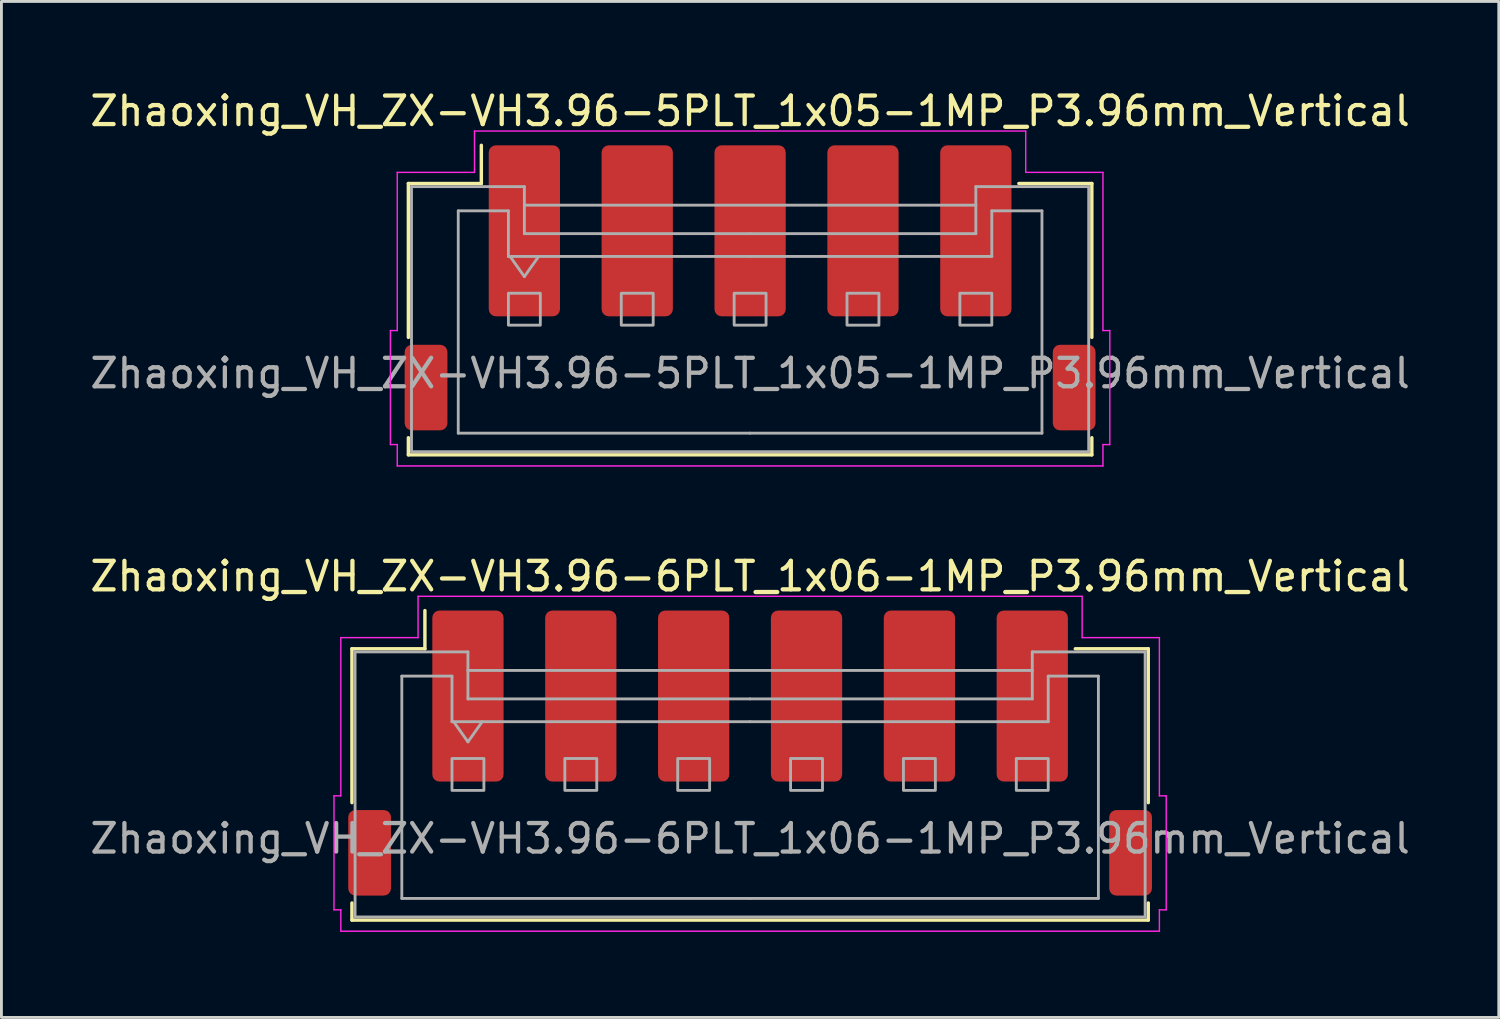
<source format=kicad_pcb>
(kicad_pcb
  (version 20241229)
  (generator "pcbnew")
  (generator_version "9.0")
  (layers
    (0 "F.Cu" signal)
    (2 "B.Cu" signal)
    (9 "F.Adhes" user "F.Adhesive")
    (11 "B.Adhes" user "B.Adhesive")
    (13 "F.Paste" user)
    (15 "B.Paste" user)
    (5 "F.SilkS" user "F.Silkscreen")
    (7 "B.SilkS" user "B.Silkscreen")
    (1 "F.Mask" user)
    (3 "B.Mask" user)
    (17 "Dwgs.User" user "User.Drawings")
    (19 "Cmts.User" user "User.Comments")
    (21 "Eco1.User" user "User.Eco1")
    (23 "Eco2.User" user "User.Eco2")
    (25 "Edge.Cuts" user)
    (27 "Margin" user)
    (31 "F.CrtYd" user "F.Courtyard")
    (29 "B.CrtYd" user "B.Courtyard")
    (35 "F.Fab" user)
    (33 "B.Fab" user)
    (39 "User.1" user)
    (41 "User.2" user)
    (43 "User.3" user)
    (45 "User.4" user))
  (footprint "Zhaoxing_VH_ZX-VH3.96-5PLT_1x05-1MP_P3.96mm_Vertical"
    (layer "F.Cu")
    (at 23.268 7.048)
    (property "Reference" "Zhaoxing_VH_ZX-VH3.96-5PLT_1x05-1MP_P3.96mm_Vertical" (at 0 -6.2 0) (layer "F.SilkS") (effects (font (size 1 1) (thickness 0.15))))
    (attr smd)
    (fp_line (start -11.99 -3.66) (end -9.43 -3.66) (stroke (width 0.12) (type solid)) (layer "F.SilkS"))
    (fp_line (start -11.99 1.74) (end -11.99 -3.66) (stroke (width 0.12) (type solid)) (layer "F.SilkS"))
    (fp_line (start -11.99 5.26) (end -11.99 5.86) (stroke (width 0.12) (type solid)) (layer "F.SilkS"))
    (fp_line (start -11.99 5.86) (end 11.99 5.86) (stroke (width 0.12) (type solid)) (layer "F.SilkS"))
    (fp_line (start -9.43 -3.66) (end -9.43 -5) (stroke (width 0.12) (type solid)) (layer "F.SilkS"))
    (fp_line (start 11.99 -3.66) (end 9.43 -3.66) (stroke (width 0.12) (type solid)) (layer "F.SilkS"))
    (fp_line (start 11.99 1.74) (end 11.99 -3.66) (stroke (width 0.12) (type solid)) (layer "F.SilkS"))
    (fp_line (start 11.99 5.86) (end 11.99 5.26) (stroke (width 0.12) (type solid)) (layer "F.SilkS"))
    (fp_line (start -12.62 1.5) (end -12.38 1.5) (stroke (width 0.05) (type solid)) (layer "F.CrtYd"))
    (fp_line (start -12.62 5.5) (end -12.62 1.5) (stroke (width 0.05) (type solid)) (layer "F.CrtYd"))
    (fp_line (start -12.38 -4.05) (end -9.67 -4.05) (stroke (width 0.05) (type solid)) (layer "F.CrtYd"))
    (fp_line (start -12.38 1.5) (end -12.38 -4.05) (stroke (width 0.05) (type solid)) (layer "F.CrtYd"))
    (fp_line (start -12.38 5.5) (end -12.62 5.5) (stroke (width 0.05) (type solid)) (layer "F.CrtYd"))
    (fp_line (start -12.38 6.25) (end -12.38 5.5) (stroke (width 0.05) (type solid)) (layer "F.CrtYd"))
    (fp_line (start -9.67 -5.5) (end 9.67 -5.5) (stroke (width 0.05) (type solid)) (layer "F.CrtYd"))
    (fp_line (start -9.67 -4.05) (end -9.67 -5.5) (stroke (width 0.05) (type solid)) (layer "F.CrtYd"))
    (fp_line (start 9.67 -5.5) (end 9.67 -4.05) (stroke (width 0.05) (type solid)) (layer "F.CrtYd"))
    (fp_line (start 9.67 -4.05) (end 12.38 -4.05) (stroke (width 0.05) (type solid)) (layer "F.CrtYd"))
    (fp_line (start 12.38 -4.05) (end 12.38 1.5) (stroke (width 0.05) (type solid)) (layer "F.CrtYd"))
    (fp_line (start 12.38 1.5) (end 12.62 1.5) (stroke (width 0.05) (type solid)) (layer "F.CrtYd"))
    (fp_line (start 12.38 5.5) (end 12.38 6.25) (stroke (width 0.05) (type solid)) (layer "F.CrtYd"))
    (fp_line (start 12.38 6.25) (end -12.38 6.25) (stroke (width 0.05) (type solid)) (layer "F.CrtYd"))
    (fp_line (start 12.62 1.5) (end 12.62 5.5) (stroke (width 0.05) (type solid)) (layer "F.CrtYd"))
    (fp_line (start 12.62 5.5) (end 12.38 5.5) (stroke (width 0.05) (type solid)) (layer "F.CrtYd"))
    (fp_line (start -11.88 -3.55) (end -11.88 5.75) (stroke (width 0.1) (type solid)) (layer "F.Fab"))
    (fp_line (start -11.88 -3.55) (end -7.92 -3.55) (stroke (width 0.1) (type solid)) (layer "F.Fab"))
    (fp_line (start -11.88 5.75) (end 11.88 5.75) (stroke (width 0.1) (type solid)) (layer "F.Fab"))
    (fp_line (start -10.24 -2.7) (end -10.24 5.1) (stroke (width 0.1) (type solid)) (layer "F.Fab"))
    (fp_line (start -10.24 5.1) (end 0 5.1) (stroke (width 0.1) (type solid)) (layer "F.Fab"))
    (fp_line (start -8.48 -2.7) (end -10.24 -2.7) (stroke (width 0.1) (type solid)) (layer "F.Fab"))
    (fp_line (start -8.48 -1.1) (end -8.48 -2.7) (stroke (width 0.1) (type solid)) (layer "F.Fab"))
    (fp_line (start -8.42 -1.1) (end -7.92 -0.393) (stroke (width 0.1) (type solid)) (layer "F.Fab"))
    (fp_line (start -7.92 -3.55) (end -7.92 -2.9) (stroke (width 0.1) (type solid)) (layer "F.Fab"))
    (fp_line (start -7.92 -2.9) (end 7.92 -2.9) (stroke (width 0.1) (type solid)) (layer "F.Fab"))
    (fp_line (start -7.92 -1.9) (end -7.92 -2.9) (stroke (width 0.1) (type solid)) (layer "F.Fab"))
    (fp_line (start -7.92 -0.393) (end -7.42 -1.1) (stroke (width 0.1) (type solid)) (layer "F.Fab"))
    (fp_line (start 0 -1.9) (end -7.92 -1.9) (stroke (width 0.1) (type solid)) (layer "F.Fab"))
    (fp_line (start 0 -1.9) (end 7.92 -1.9) (stroke (width 0.1) (type solid)) (layer "F.Fab"))
    (fp_line (start 0 -1.1) (end -8.48 -1.1) (stroke (width 0.1) (type solid)) (layer "F.Fab"))
    (fp_line (start 0 -1.1) (end 8.48 -1.1) (stroke (width 0.1) (type solid)) (layer "F.Fab"))
    (fp_line (start 7.92 -3.55) (end 11.88 -3.55) (stroke (width 0.1) (type solid)) (layer "F.Fab"))
    (fp_line (start 7.92 -2.9) (end 7.92 -3.55) (stroke (width 0.1) (type solid)) (layer "F.Fab"))
    (fp_line (start 7.92 -1.9) (end 7.92 -2.9) (stroke (width 0.1) (type solid)) (layer "F.Fab"))
    (fp_line (start 8.48 -2.7) (end 10.24 -2.7) (stroke (width 0.1) (type solid)) (layer "F.Fab"))
    (fp_line (start 8.48 -1.1) (end 8.48 -2.7) (stroke (width 0.1) (type solid)) (layer "F.Fab"))
    (fp_line (start 10.24 -2.7) (end 10.24 5.1) (stroke (width 0.1) (type solid)) (layer "F.Fab"))
    (fp_line (start 10.24 5.1) (end 0 5.1) (stroke (width 0.1) (type solid)) (layer "F.Fab"))
    (fp_line (start 11.88 -3.55) (end 11.88 5.75) (stroke (width 0.1) (type solid)) (layer "F.Fab"))
    (fp_rect (start -8.48 0.19) (end -7.36 1.31) (stroke (width 0.1) (type solid)) (fill no) (layer "F.Fab"))
    (fp_rect (start -4.52 0.19) (end -3.4 1.31) (stroke (width 0.1) (type solid)) (fill no) (layer "F.Fab"))
    (fp_rect (start -0.56 0.19) (end 0.56 1.31) (stroke (width 0.1) (type solid)) (fill no) (layer "F.Fab"))
    (fp_rect (start 3.4 0.19) (end 4.52 1.31) (stroke (width 0.1) (type solid)) (fill no) (layer "F.Fab"))
    (fp_rect (start 7.36 0.19) (end 8.48 1.31) (stroke (width 0.1) (type solid)) (fill no) (layer "F.Fab"))
    (fp_text user "${REFERENCE}" (at 0 3 0) (layer "F.Fab") (effects (font (size 1 1) (thickness 0.15))))
    (pad "1" smd roundrect (at -7.92 -2) (size 2.5 6) (layers "F.Cu" "F.Mask" "F.Paste") (roundrect_rratio 0.1))
    (pad "2" smd roundrect (at -3.96 -2) (size 2.5 6) (layers "F.Cu" "F.Mask" "F.Paste") (roundrect_rratio 0.1))
    (pad "3" smd roundrect (at 0 -2) (size 2.5 6) (layers "F.Cu" "F.Mask" "F.Paste") (roundrect_rratio 0.1))
    (pad "4" smd roundrect (at 3.96 -2) (size 2.5 6) (layers "F.Cu" "F.Mask" "F.Paste") (roundrect_rratio 0.1))
    (pad "5" smd roundrect (at 7.92 -2) (size 2.5 6) (layers "F.Cu" "F.Mask" "F.Paste") (roundrect_rratio 0.1))
    (pad "MP" smd roundrect (at -11.37 3.5) (size 1.5 3) (layers "F.Cu" "F.Mask" "F.Paste") (roundrect_rratio 0.167))
    (pad "MP" smd roundrect (at 11.37 3.5) (size 1.5 3) (layers "F.Cu" "F.Mask" "F.Paste") (roundrect_rratio 0.167)))
  (footprint "Zhaoxing_VH_ZX-VH3.96-6PLT_1x06-1MP_P3.96mm_Vertical"
    (layer "F.Cu")
    (at 23.268 23.372)
    (property "Reference" "Zhaoxing_VH_ZX-VH3.96-6PLT_1x06-1MP_P3.96mm_Vertical" (at 0 -6.2 0) (layer "F.SilkS") (effects (font (size 1 1) (thickness 0.15))))
    (attr smd)
    (fp_line (start -13.97 -3.66) (end -11.41 -3.66) (stroke (width 0.12) (type solid)) (layer "F.SilkS"))
    (fp_line (start -13.97 1.74) (end -13.97 -3.66) (stroke (width 0.12) (type solid)) (layer "F.SilkS"))
    (fp_line (start -13.97 5.26) (end -13.97 5.86) (stroke (width 0.12) (type solid)) (layer "F.SilkS"))
    (fp_line (start -13.97 5.86) (end 13.97 5.86) (stroke (width 0.12) (type solid)) (layer "F.SilkS"))
    (fp_line (start -11.41 -3.66) (end -11.41 -5) (stroke (width 0.12) (type solid)) (layer "F.SilkS"))
    (fp_line (start 13.97 -3.66) (end 11.41 -3.66) (stroke (width 0.12) (type solid)) (layer "F.SilkS"))
    (fp_line (start 13.97 1.74) (end 13.97 -3.66) (stroke (width 0.12) (type solid)) (layer "F.SilkS"))
    (fp_line (start 13.97 5.86) (end 13.97 5.26) (stroke (width 0.12) (type solid)) (layer "F.SilkS"))
    (fp_line (start -14.6 1.5) (end -14.36 1.5) (stroke (width 0.05) (type solid)) (layer "F.CrtYd"))
    (fp_line (start -14.6 5.5) (end -14.6 1.5) (stroke (width 0.05) (type solid)) (layer "F.CrtYd"))
    (fp_line (start -14.36 -4.05) (end -11.65 -4.05) (stroke (width 0.05) (type solid)) (layer "F.CrtYd"))
    (fp_line (start -14.36 1.5) (end -14.36 -4.05) (stroke (width 0.05) (type solid)) (layer "F.CrtYd"))
    (fp_line (start -14.36 5.5) (end -14.6 5.5) (stroke (width 0.05) (type solid)) (layer "F.CrtYd"))
    (fp_line (start -14.36 6.25) (end -14.36 5.5) (stroke (width 0.05) (type solid)) (layer "F.CrtYd"))
    (fp_line (start -11.65 -5.5) (end 11.65 -5.5) (stroke (width 0.05) (type solid)) (layer "F.CrtYd"))
    (fp_line (start -11.65 -4.05) (end -11.65 -5.5) (stroke (width 0.05) (type solid)) (layer "F.CrtYd"))
    (fp_line (start 11.65 -5.5) (end 11.65 -4.05) (stroke (width 0.05) (type solid)) (layer "F.CrtYd"))
    (fp_line (start 11.65 -4.05) (end 14.36 -4.05) (stroke (width 0.05) (type solid)) (layer "F.CrtYd"))
    (fp_line (start 14.36 -4.05) (end 14.36 1.5) (stroke (width 0.05) (type solid)) (layer "F.CrtYd"))
    (fp_line (start 14.36 1.5) (end 14.6 1.5) (stroke (width 0.05) (type solid)) (layer "F.CrtYd"))
    (fp_line (start 14.36 5.5) (end 14.36 6.25) (stroke (width 0.05) (type solid)) (layer "F.CrtYd"))
    (fp_line (start 14.36 6.25) (end -14.36 6.25) (stroke (width 0.05) (type solid)) (layer "F.CrtYd"))
    (fp_line (start 14.6 1.5) (end 14.6 5.5) (stroke (width 0.05) (type solid)) (layer "F.CrtYd"))
    (fp_line (start 14.6 5.5) (end 14.36 5.5) (stroke (width 0.05) (type solid)) (layer "F.CrtYd"))
    (fp_line (start -13.86 -3.55) (end -13.86 5.75) (stroke (width 0.1) (type solid)) (layer "F.Fab"))
    (fp_line (start -13.86 -3.55) (end -9.9 -3.55) (stroke (width 0.1) (type solid)) (layer "F.Fab"))
    (fp_line (start -13.86 5.75) (end 13.86 5.75) (stroke (width 0.1) (type solid)) (layer "F.Fab"))
    (fp_line (start -12.22 -2.7) (end -12.22 5.1) (stroke (width 0.1) (type solid)) (layer "F.Fab"))
    (fp_line (start -12.22 5.1) (end 0 5.1) (stroke (width 0.1) (type solid)) (layer "F.Fab"))
    (fp_line (start -10.46 -2.7) (end -12.22 -2.7) (stroke (width 0.1) (type solid)) (layer "F.Fab"))
    (fp_line (start -10.46 -1.1) (end -10.46 -2.7) (stroke (width 0.1) (type solid)) (layer "F.Fab"))
    (fp_line (start -10.4 -1.1) (end -9.9 -0.393) (stroke (width 0.1) (type solid)) (layer "F.Fab"))
    (fp_line (start -9.9 -3.55) (end -9.9 -2.9) (stroke (width 0.1) (type solid)) (layer "F.Fab"))
    (fp_line (start -9.9 -2.9) (end 9.9 -2.9) (stroke (width 0.1) (type solid)) (layer "F.Fab"))
    (fp_line (start -9.9 -1.9) (end -9.9 -2.9) (stroke (width 0.1) (type solid)) (layer "F.Fab"))
    (fp_line (start -9.9 -0.393) (end -9.4 -1.1) (stroke (width 0.1) (type solid)) (layer "F.Fab"))
    (fp_line (start 0 -1.9) (end -9.9 -1.9) (stroke (width 0.1) (type solid)) (layer "F.Fab"))
    (fp_line (start 0 -1.9) (end 9.9 -1.9) (stroke (width 0.1) (type solid)) (layer "F.Fab"))
    (fp_line (start 0 -1.1) (end -10.46 -1.1) (stroke (width 0.1) (type solid)) (layer "F.Fab"))
    (fp_line (start 0 -1.1) (end 10.46 -1.1) (stroke (width 0.1) (type solid)) (layer "F.Fab"))
    (fp_line (start 9.9 -3.55) (end 13.86 -3.55) (stroke (width 0.1) (type solid)) (layer "F.Fab"))
    (fp_line (start 9.9 -2.9) (end 9.9 -3.55) (stroke (width 0.1) (type solid)) (layer "F.Fab"))
    (fp_line (start 9.9 -1.9) (end 9.9 -2.9) (stroke (width 0.1) (type solid)) (layer "F.Fab"))
    (fp_line (start 10.46 -2.7) (end 12.22 -2.7) (stroke (width 0.1) (type solid)) (layer "F.Fab"))
    (fp_line (start 10.46 -1.1) (end 10.46 -2.7) (stroke (width 0.1) (type solid)) (layer "F.Fab"))
    (fp_line (start 12.22 -2.7) (end 12.22 5.1) (stroke (width 0.1) (type solid)) (layer "F.Fab"))
    (fp_line (start 12.22 5.1) (end 0 5.1) (stroke (width 0.1) (type solid)) (layer "F.Fab"))
    (fp_line (start 13.86 -3.55) (end 13.86 5.75) (stroke (width 0.1) (type solid)) (layer "F.Fab"))
    (fp_rect (start -10.46 0.19) (end -9.34 1.31) (stroke (width 0.1) (type solid)) (fill no) (layer "F.Fab"))
    (fp_rect (start -6.5 0.19) (end -5.38 1.31) (stroke (width 0.1) (type solid)) (fill no) (layer "F.Fab"))
    (fp_rect (start -2.54 0.19) (end -1.42 1.31) (stroke (width 0.1) (type solid)) (fill no) (layer "F.Fab"))
    (fp_rect (start 1.42 0.19) (end 2.54 1.31) (stroke (width 0.1) (type solid)) (fill no) (layer "F.Fab"))
    (fp_rect (start 5.38 0.19) (end 6.5 1.31) (stroke (width 0.1) (type solid)) (fill no) (layer "F.Fab"))
    (fp_rect (start 9.34 0.19) (end 10.46 1.31) (stroke (width 0.1) (type solid)) (fill no) (layer "F.Fab"))
    (fp_text user "${REFERENCE}" (at 0 3 0) (layer "F.Fab") (effects (font (size 1 1) (thickness 0.15))))
    (pad "1" smd roundrect (at -9.9 -2) (size 2.5 6) (layers "F.Cu" "F.Mask" "F.Paste") (roundrect_rratio 0.1))
    (pad "2" smd roundrect (at -5.94 -2) (size 2.5 6) (layers "F.Cu" "F.Mask" "F.Paste") (roundrect_rratio 0.1))
    (pad "3" smd roundrect (at -1.98 -2) (size 2.5 6) (layers "F.Cu" "F.Mask" "F.Paste") (roundrect_rratio 0.1))
    (pad "4" smd roundrect (at 1.98 -2) (size 2.5 6) (layers "F.Cu" "F.Mask" "F.Paste") (roundrect_rratio 0.1))
    (pad "5" smd roundrect (at 5.94 -2) (size 2.5 6) (layers "F.Cu" "F.Mask" "F.Paste") (roundrect_rratio 0.1))
    (pad "6" smd roundrect (at 9.9 -2) (size 2.5 6) (layers "F.Cu" "F.Mask" "F.Paste") (roundrect_rratio 0.1))
    (pad "MP" smd roundrect (at -13.35 3.5) (size 1.5 3) (layers "F.Cu" "F.Mask" "F.Paste") (roundrect_rratio 0.167))
    (pad "MP" smd roundrect (at 13.35 3.5) (size 1.5 3) (layers "F.Cu" "F.Mask" "F.Paste") (roundrect_rratio 0.167)))
  (gr_rect
    (start -3 -3)
    (end 49.536 32.647)
    (stroke (width 0.1) (type default))
    (fill no)
    (layer "Edge.Cuts")))
</source>
